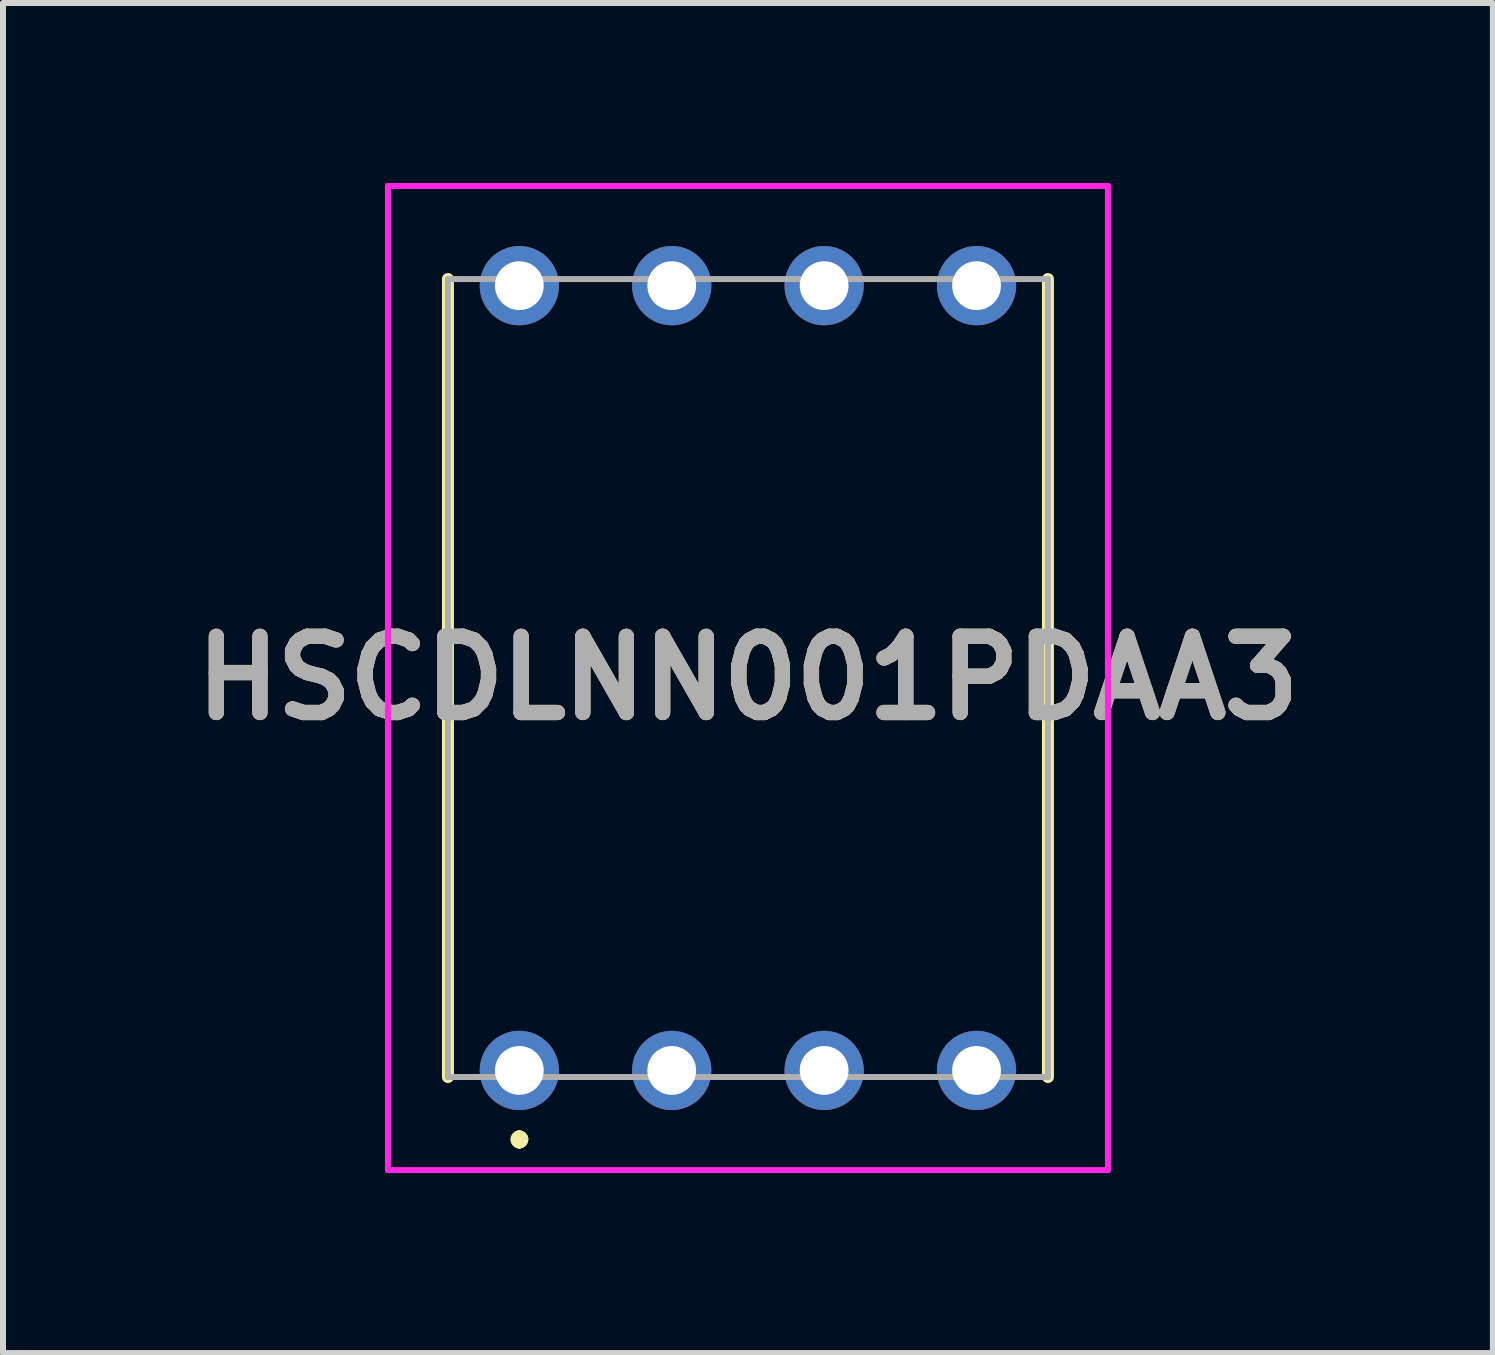
<source format=kicad_pcb>
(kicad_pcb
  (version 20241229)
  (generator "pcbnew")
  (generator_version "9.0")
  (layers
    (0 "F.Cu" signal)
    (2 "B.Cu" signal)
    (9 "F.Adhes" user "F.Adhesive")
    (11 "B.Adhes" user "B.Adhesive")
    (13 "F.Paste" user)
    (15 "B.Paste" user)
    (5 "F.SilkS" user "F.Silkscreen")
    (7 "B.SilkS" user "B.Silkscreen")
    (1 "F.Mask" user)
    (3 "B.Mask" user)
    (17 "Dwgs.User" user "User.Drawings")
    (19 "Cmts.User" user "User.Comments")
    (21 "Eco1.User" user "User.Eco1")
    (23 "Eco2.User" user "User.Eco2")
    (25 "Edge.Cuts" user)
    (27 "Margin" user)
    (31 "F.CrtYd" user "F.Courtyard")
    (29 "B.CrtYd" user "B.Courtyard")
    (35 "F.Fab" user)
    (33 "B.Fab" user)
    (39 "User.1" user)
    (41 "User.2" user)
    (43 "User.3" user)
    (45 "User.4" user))
  (footprint "HSCDLNN001PDAA3"
    (layer "F.Cu")
    (at 5.606 14.791)
    (property "Reference" "HSCDLNN001PDAA3" (at 3.81 -6.54 0) (layer "F.SilkS") (effects (font (size 1.27 1.27) (thickness 0.254))))
    (attr through_hole)
    (fp_line (start -1.19 -13.19) (end -1.19 0.11) (stroke (width 0.2) (type solid)) (layer "F.SilkS"))
    (fp_line (start 0 1.1) (end 0 1.1) (stroke (width 0.2) (type solid)) (layer "F.SilkS"))
    (fp_line (start 0 1.2) (end 0 1.2) (stroke (width 0.2) (type solid)) (layer "F.SilkS"))
    (fp_line (start 0 1.2) (end 0 1.2) (stroke (width 0.2) (type solid)) (layer "F.SilkS"))
    (fp_line (start 8.81 0.11) (end 8.81 -13.19) (stroke (width 0.2) (type solid)) (layer "F.SilkS"))
    (fp_arc (start 0 1.1) (mid 0.05 1.15) (end 0 1.2) (stroke (width 0.2) (type solid)) (layer "F.SilkS"))
    (fp_arc (start 0 1.1) (mid 0.05 1.15) (end 0 1.2) (stroke (width 0.2) (type solid)) (layer "F.SilkS"))
    (fp_arc (start 0 1.2) (mid -0.05 1.15) (end 0 1.1) (stroke (width 0.2) (type solid)) (layer "F.SilkS"))
    (fp_line (start -2.19 -14.741) (end 9.81 -14.741) (stroke (width 0.1) (type solid)) (layer "F.CrtYd"))
    (fp_line (start -2.19 1.661) (end -2.19 -14.741) (stroke (width 0.1) (type solid)) (layer "F.CrtYd"))
    (fp_line (start 9.81 -14.741) (end 9.81 1.661) (stroke (width 0.1) (type solid)) (layer "F.CrtYd"))
    (fp_line (start 9.81 1.661) (end -2.19 1.661) (stroke (width 0.1) (type solid)) (layer "F.CrtYd"))
    (fp_line (start -1.19 -13.19) (end -1.19 0.11) (stroke (width 0.1) (type solid)) (layer "F.Fab"))
    (fp_line (start -1.19 0.11) (end 8.81 0.11) (stroke (width 0.1) (type solid)) (layer "F.Fab"))
    (fp_line (start 8.81 -13.19) (end -1.19 -13.19) (stroke (width 0.1) (type solid)) (layer "F.Fab"))
    (fp_line (start 8.81 0.11) (end 8.81 -13.19) (stroke (width 0.1) (type solid)) (layer "F.Fab"))
    (fp_text user "${REFERENCE}" (at 3.81 -6.54 0) (layer "F.Fab") (effects (font (size 1.27 1.27) (thickness 0.254))))
    (pad "1" thru_hole circle (at 0 0) (size 1.321 1.321) (drill 0.813) (layers "*.Cu" "*.Mask"))
    (pad "2" thru_hole circle (at 2.54 0) (size 1.321 1.321) (drill 0.813) (layers "*.Cu" "*.Mask"))
    (pad "3" thru_hole circle (at 5.08 0) (size 1.321 1.321) (drill 0.813) (layers "*.Cu" "*.Mask"))
    (pad "4" thru_hole circle (at 7.62 0) (size 1.321 1.321) (drill 0.813) (layers "*.Cu" "*.Mask"))
    (pad "5" thru_hole circle (at 7.62 -13.08) (size 1.321 1.321) (drill 0.813) (layers "*.Cu" "*.Mask"))
    (pad "6" thru_hole circle (at 5.08 -13.08) (size 1.321 1.321) (drill 0.813) (layers "*.Cu" "*.Mask"))
    (pad "7" thru_hole circle (at 2.54 -13.08) (size 1.321 1.321) (drill 0.813) (layers "*.Cu" "*.Mask"))
    (pad "8" thru_hole circle (at 0 -13.08) (size 1.321 1.321) (drill 0.813) (layers "*.Cu" "*.Mask")))
  (gr_rect
    (start -3 -3)
    (end 21.832 19.502)
    (stroke (width 0.1) (type default))
    (fill no)
    (layer "Edge.Cuts")))
</source>
